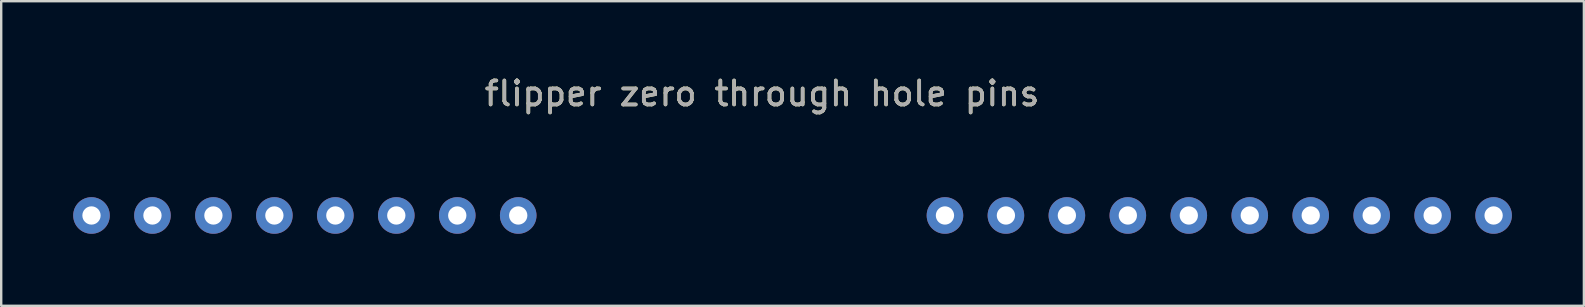
<source format=kicad_pcb>
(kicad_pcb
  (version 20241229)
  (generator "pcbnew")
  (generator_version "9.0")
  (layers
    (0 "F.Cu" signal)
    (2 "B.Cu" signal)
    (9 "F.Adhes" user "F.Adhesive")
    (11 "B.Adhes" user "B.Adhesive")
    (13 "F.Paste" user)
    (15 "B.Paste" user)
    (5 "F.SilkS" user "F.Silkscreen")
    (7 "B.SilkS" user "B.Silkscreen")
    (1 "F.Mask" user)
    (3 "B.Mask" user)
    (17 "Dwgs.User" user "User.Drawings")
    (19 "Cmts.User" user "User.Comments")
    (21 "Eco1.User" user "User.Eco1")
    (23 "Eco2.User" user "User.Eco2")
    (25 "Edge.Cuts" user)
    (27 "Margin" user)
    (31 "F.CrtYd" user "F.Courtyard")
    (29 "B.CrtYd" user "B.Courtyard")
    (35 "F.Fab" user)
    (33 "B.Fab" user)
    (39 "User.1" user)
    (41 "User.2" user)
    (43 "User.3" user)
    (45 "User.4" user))
  (footprint "flipper zero through hole pins"
    (layer "F.Cu")
    (at 28.702 5.928)
    (property "Reference" "flipper zero through hole pins" (at 0 -5.08 0) (unlocked yes) (layer "F.SilkS") (effects (font (size 1 1) (thickness 0.15))))
    (attr through_hole)
    (fp_text user "${REFERENCE}" (at 0 -5.08 0) (unlocked yes) (layer "F.Fab") (effects (font (size 1 1) (thickness 0.15))))
    (pad "1" thru_hole circle (at -27.94 0) (size 1.524 1.524) (drill 0.762) (layers "*.Cu" "*.Mask"))
    (pad "2" thru_hole circle (at -25.4 0) (size 1.524 1.524) (drill 0.762) (layers "*.Cu" "*.Mask"))
    (pad "3" thru_hole circle (at -22.86 0) (size 1.524 1.524) (drill 0.762) (layers "*.Cu" "*.Mask"))
    (pad "4" thru_hole circle (at -20.32 0) (size 1.524 1.524) (drill 0.762) (layers "*.Cu" "*.Mask"))
    (pad "5" thru_hole circle (at -17.78 0) (size 1.524 1.524) (drill 0.762) (layers "*.Cu" "*.Mask"))
    (pad "6" thru_hole circle (at -15.24 0) (size 1.524 1.524) (drill 0.762) (layers "*.Cu" "*.Mask"))
    (pad "7" thru_hole circle (at -12.7 0) (size 1.524 1.524) (drill 0.762) (layers "*.Cu" "*.Mask"))
    (pad "8" thru_hole circle (at -10.16 0) (size 1.524 1.524) (drill 0.762) (layers "*.Cu" "*.Mask"))
    (pad "9" thru_hole circle (at 7.62 0) (size 1.524 1.524) (drill 0.762) (layers "*.Cu" "*.Mask"))
    (pad "10" thru_hole circle (at 10.16 0) (size 1.524 1.524) (drill 0.762) (layers "*.Cu" "*.Mask"))
    (pad "11" thru_hole circle (at 12.7 0) (size 1.524 1.524) (drill 0.762) (layers "*.Cu" "*.Mask"))
    (pad "12" thru_hole circle (at 15.24 0) (size 1.524 1.524) (drill 0.762) (layers "*.Cu" "*.Mask"))
    (pad "13" thru_hole circle (at 17.78 0) (size 1.524 1.524) (drill 0.762) (layers "*.Cu" "*.Mask"))
    (pad "14" thru_hole circle (at 20.32 0) (size 1.524 1.524) (drill 0.762) (layers "*.Cu" "*.Mask"))
    (pad "15" thru_hole circle (at 22.86 0) (size 1.524 1.524) (drill 0.762) (layers "*.Cu" "*.Mask"))
    (pad "16" thru_hole circle (at 25.4 0) (size 1.524 1.524) (drill 0.762) (layers "*.Cu" "*.Mask"))
    (pad "17" thru_hole circle (at 27.94 0) (size 1.524 1.524) (drill 0.762) (layers "*.Cu" "*.Mask"))
    (pad "18" thru_hole circle (at 30.48 0) (size 1.524 1.524) (drill 0.762) (layers "*.Cu" "*.Mask")))
  (gr_rect
    (start -3 -3)
    (end 62.944 9.69)
    (stroke (width 0.1) (type default))
    (fill no)
    (layer "Edge.Cuts")))
</source>
